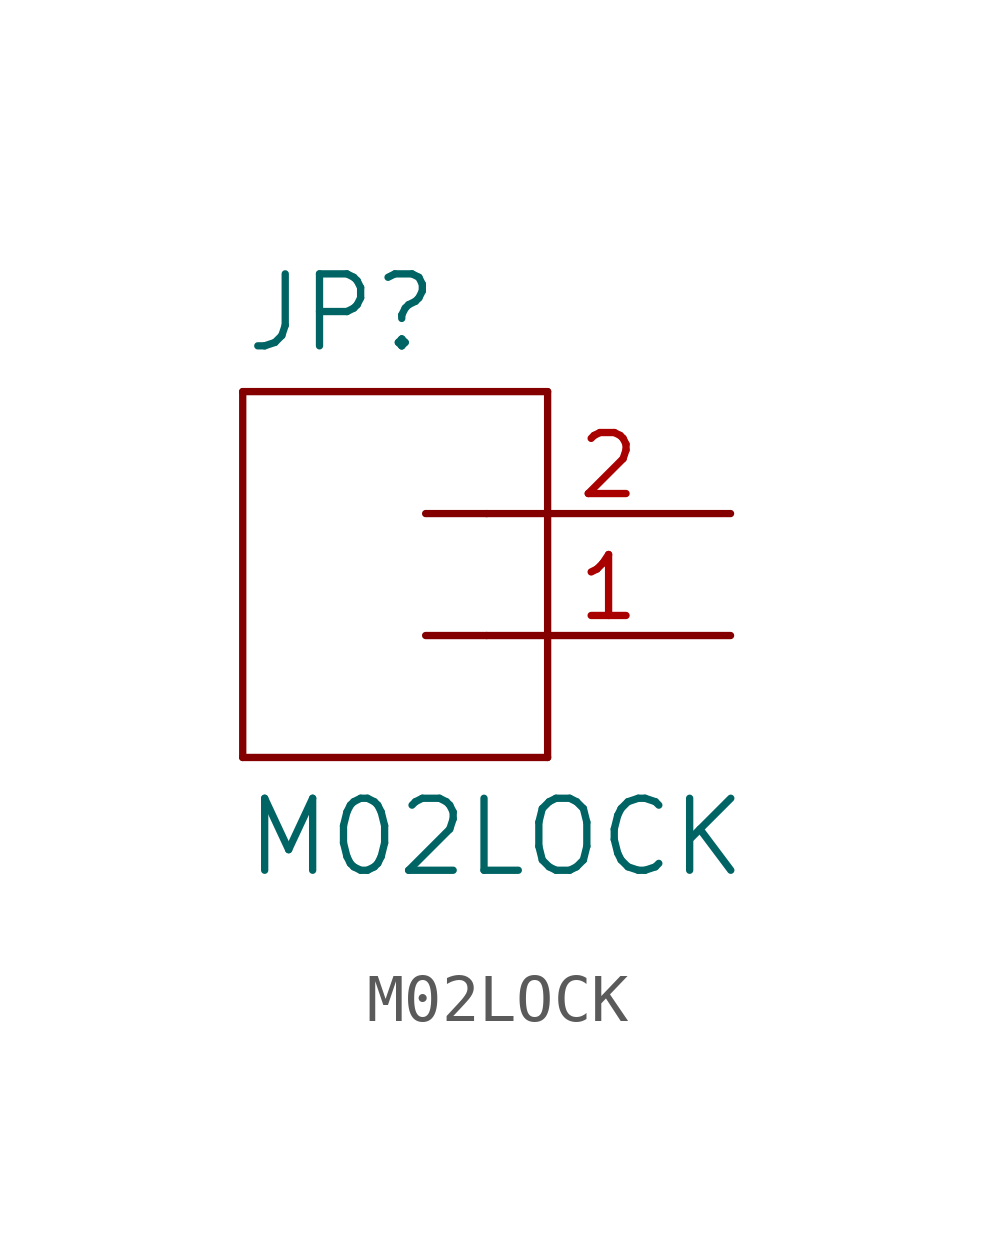
<source format=kicad_sym>
(kicad_symbol_lib
  (version 20211014)
  (generator kicad_symbol_editor)
  (symbol "M02LOCK"
    (pin_names
      (offset 1.016))
    (property "Reference" "JP"
      (at -2.54 5.842 0)
      (effects (font (size 1.499 1.499)) (justify left bottom)))
    (property "Value" "M02LOCK"
      (at -2.54 -5.08 0)
      (effects (font (size 1.499 1.499)) (justify left bottom)))
    (property "ki_locked" ""
      (at 0 0 0)
      (effects (font (size 1.27 1.27))))
    (symbol "M02LOCK_1_0"
      (polyline (pts (xy -2.54 5.08) (xy -2.54 -2.54)) (stroke (width 0) (type default) (color 0 0 0 0)) (fill (type none)))
      (polyline (pts (xy -2.54 5.08) (xy 3.81 5.08)) (stroke (width 0) (type default) (color 0 0 0 0)) (fill (type none)))
      (polyline (pts (xy 1.27 0) (xy 2.54 0)) (stroke (width 0) (type default) (color 0 0 0 0)) (fill (type none)))
      (polyline (pts (xy 1.27 2.54) (xy 2.54 2.54)) (stroke (width 0) (type default) (color 0 0 0 0)) (fill (type none)))
      (polyline (pts (xy 3.81 -2.54) (xy -2.54 -2.54)) (stroke (width 0) (type default) (color 0 0 0 0)) (fill (type none)))
      (polyline (pts (xy 3.81 -2.54) (xy 3.81 5.08)) (stroke (width 0) (type default) (color 0 0 0 0)) (fill (type none)))
      (pin passive line (at 7.62 0 180) (length 5.08) (name "1" (effects (font (size 0 0)))) (number "1" (effects (font (size 1.27 1.27)))))
      (pin passive line (at 7.62 2.54 180) (length 5.08) (name "2" (effects (font (size 0 0)))) (number "2" (effects (font (size 1.27 1.27))))))))
</source>
